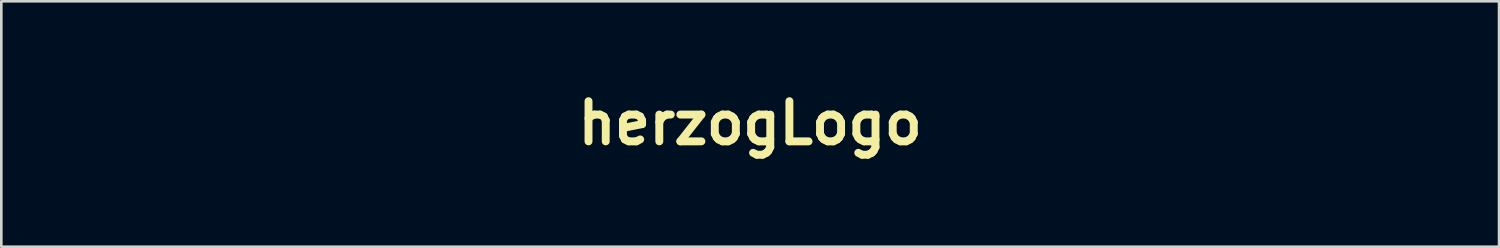
<source format=kicad_pcb>
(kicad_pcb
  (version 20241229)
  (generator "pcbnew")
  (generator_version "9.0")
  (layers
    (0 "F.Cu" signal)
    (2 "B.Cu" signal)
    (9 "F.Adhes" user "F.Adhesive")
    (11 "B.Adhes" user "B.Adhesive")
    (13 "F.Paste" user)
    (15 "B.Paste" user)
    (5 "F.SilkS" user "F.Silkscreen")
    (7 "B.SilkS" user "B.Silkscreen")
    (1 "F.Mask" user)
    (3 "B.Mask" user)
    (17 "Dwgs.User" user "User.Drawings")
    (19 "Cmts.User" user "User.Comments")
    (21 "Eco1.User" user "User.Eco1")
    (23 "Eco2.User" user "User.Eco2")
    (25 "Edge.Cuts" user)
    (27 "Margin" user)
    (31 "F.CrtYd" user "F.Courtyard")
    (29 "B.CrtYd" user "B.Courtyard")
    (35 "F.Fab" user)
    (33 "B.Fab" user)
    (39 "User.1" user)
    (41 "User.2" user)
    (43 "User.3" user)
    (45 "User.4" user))
  (footprint "herzogLogo"
    (layer "F.Cu")
    (at 25.405 1.622)
    (property "Reference" "herzogLogo" (at 0 0 0) (layer "F.SilkS") (effects (font (size 1.524 1.524) (thickness 0.3))))
    (attr through_hole)
    (fp_poly (pts (xy 22.267 1.524) (xy 21.505 1.524) (xy 21.505 -1.524) (xy 22.267 -1.524) (xy 22.267 1.524)) (stroke (width 0.01) (type solid)) (fill yes) (layer "F.Mask"))
    (fp_poly (pts (xy 0.931 0.847) (xy 1.863 0.847) (xy 1.863 1.524) (xy 0.169 1.524) (xy 0.169 -1.524) (xy 0.931 -1.524) (xy 0.931 0.847)) (stroke (width 0.01) (type solid)) (fill yes) (layer "F.Mask"))
    (fp_poly (pts (xy 9.906 -0.847) (xy 9.229 -0.847) (xy 9.229 1.524) (xy 8.467 1.524) (xy 8.467 -0.847) (xy 7.789 -0.847) (xy 7.789 -1.524) (xy 9.906 -1.524) (xy 9.906 -0.847)) (stroke (width 0.01) (type solid)) (fill yes) (layer "F.Mask"))
    (fp_poly (pts (xy -24.553 -0.339) (xy -23.453 -0.339) (xy -23.453 -1.524) (xy -22.691 -1.524) (xy -22.691 1.524) (xy -23.453 1.524) (xy -23.453 0.339) (xy -24.553 0.339) (xy -24.553 1.524) (xy -25.4 1.524) (xy -25.4 -1.524) (xy -24.553 -1.524) (xy -24.553 -0.339)) (stroke (width 0.01) (type solid)) (fill yes) (layer "F.Mask"))
    (fp_poly (pts (xy 19.088 -0.683) (xy 19.338 -0.357) (xy 19.557 -0.081) (xy 19.721 0.117) (xy 19.808 0.209) (xy 19.811 0.211) (xy 19.853 0.158) (xy 19.882 -0.059) (xy 19.895 -0.433) (xy 19.897 -0.63) (xy 19.897 -1.524) (xy 20.659 -1.524) (xy 20.659 1.524) (xy 19.822 1.524) (xy 19.161 0.661) (xy 18.5 -0.202) (xy 18.476 0.661) (xy 18.451 1.524) (xy 17.611 1.524) (xy 17.611 -1.524) (xy 18.451 -1.524) (xy 19.088 -0.683)) (stroke (width 0.01) (type solid)) (fill yes) (layer "F.Mask"))
    (fp_poly (pts (xy -20.235 -0.847) (xy -21.251 -0.847) (xy -21.251 -0.593) (xy -21.244 -0.447) (xy -21.192 -0.372) (xy -21.056 -0.343) (xy -20.793 -0.339) (xy -20.786 -0.339) (xy -20.32 -0.339) (xy -20.32 0.33) (xy -20.765 0.355) (xy -21.025 0.378) (xy -21.161 0.422) (xy -21.219 0.512) (xy -21.236 0.614) (xy -21.243 0.746) (xy -21.199 0.816) (xy -21.064 0.842) (xy -20.8 0.847) (xy -20.791 0.847) (xy -20.32 0.847) (xy -20.32 1.524) (xy -22.013 1.524) (xy -22.013 -1.524) (xy -20.235 -1.524) (xy -20.235 -0.847)) (stroke (width 0.01) (type solid)) (fill yes) (layer "F.Mask"))
    (fp_poly (pts (xy 4.149 -0.847) (xy 3.683 -0.847) (xy 3.417 -0.842) (xy 3.278 -0.814) (xy 3.226 -0.74) (xy 3.217 -0.597) (xy 3.217 -0.593) (xy 3.227 -0.442) (xy 3.283 -0.367) (xy 3.432 -0.342) (xy 3.641 -0.339) (xy 4.064 -0.339) (xy 4.064 0.339) (xy 3.641 0.339) (xy 3.39 0.344) (xy 3.265 0.378) (xy 3.222 0.467) (xy 3.217 0.593) (xy 3.225 0.738) (xy 3.276 0.813) (xy 3.413 0.842) (xy 3.676 0.847) (xy 4.149 0.847) (xy 4.149 1.524) (xy 2.455 1.524) (xy 2.455 -1.524) (xy 4.149 -1.524) (xy 4.149 -0.847)) (stroke (width 0.01) (type solid)) (fill yes) (layer "F.Mask"))
    (fp_poly (pts (xy -0.593 -0.847) (xy -1.058 -0.847) (xy -1.325 -0.842) (xy -1.463 -0.814) (xy -1.516 -0.74) (xy -1.524 -0.597) (xy -1.524 -0.593) (xy -1.516 -0.447) (xy -1.465 -0.372) (xy -1.329 -0.343) (xy -1.065 -0.339) (xy -1.058 -0.339) (xy -0.593 -0.339) (xy -0.593 0.339) (xy -1.058 0.339) (xy -1.325 0.343) (xy -1.463 0.371) (xy -1.516 0.445) (xy -1.524 0.589) (xy -1.524 0.593) (xy -1.516 0.738) (xy -1.465 0.813) (xy -1.329 0.842) (xy -1.065 0.847) (xy -0.593 0.847) (xy -0.593 1.524) (xy -2.286 1.524) (xy -2.286 -1.524) (xy -0.593 -1.524) (xy -0.593 -0.847)) (stroke (width 0.01) (type solid)) (fill yes) (layer "F.Mask"))
    (fp_poly (pts (xy -13.818 -1.333) (xy -13.97 -1.09) (xy -14.16 -0.778) (xy -14.369 -0.43) (xy -14.579 -0.074) (xy -14.772 0.257) (xy -14.931 0.533) (xy -15.036 0.723) (xy -15.071 0.795) (xy -14.993 0.821) (xy -14.789 0.839) (xy -14.502 0.847) (xy -14.478 0.847) (xy -13.885 0.847) (xy -13.885 1.524) (xy -15.164 1.524) (xy -15.666 1.521) (xy -16.019 1.513) (xy -16.245 1.495) (xy -16.366 1.467) (xy -16.403 1.427) (xy -16.399 1.409) (xy -16.342 1.298) (xy -16.214 1.072) (xy -16.033 0.758) (xy -15.814 0.386) (xy -15.718 0.224) (xy -15.08 -0.847) (xy -16.256 -0.847) (xy -16.256 -1.524) (xy -13.697 -1.524) (xy -13.818 -1.333)) (stroke (width 0.01) (type solid)) (fill yes) (layer "F.Mask"))
    (fp_poly (pts (xy 11.856 -1.505) (xy 12.226 -1.44) (xy 12.489 -1.319) (xy 12.674 -1.132) (xy 12.741 -1.019) (xy 12.865 -0.646) (xy 12.827 -0.31) (xy 12.622 0.008) (xy 12.573 0.059) (xy 12.412 0.249) (xy 12.332 0.402) (xy 12.334 0.453) (xy 12.411 0.565) (xy 12.561 0.769) (xy 12.75 1.021) (xy 12.762 1.037) (xy 13.133 1.524) (xy 12.129 1.524) (xy 11.78 0.995) (xy 11.432 0.466) (xy 11.431 0.995) (xy 11.43 1.524) (xy 10.583 1.524) (xy 10.583 -0.55) (xy 11.43 -0.55) (xy 11.44 -0.314) (xy 11.483 -0.203) (xy 11.585 -0.17) (xy 11.625 -0.169) (xy 11.824 -0.211) (xy 11.921 -0.271) (xy 12.012 -0.461) (xy 11.977 -0.67) (xy 11.841 -0.844) (xy 11.632 -0.929) (xy 11.593 -0.931) (xy 11.491 -0.904) (xy 11.443 -0.795) (xy 11.43 -0.561) (xy 11.43 -0.55) (xy 10.583 -0.55) (xy 10.583 -1.524) (xy 11.35 -1.524) (xy 11.856 -1.505)) (stroke (width 0.01) (type solid)) (fill yes) (layer "F.Mask"))
    (fp_poly (pts (xy 25.209 -1.555) (xy 25.317 -1.509) (xy 25.374 -1.413) (xy 25.397 -1.224) (xy 25.4 -1) (xy 25.4 -0.496) (xy 25.177 -0.671) (xy 24.884 -0.814) (xy 24.587 -0.815) (xy 24.312 -0.702) (xy 24.088 -0.5) (xy 23.942 -0.235) (xy 23.901 0.069) (xy 23.994 0.384) (xy 24.011 0.414) (xy 24.252 0.676) (xy 24.561 0.808) (xy 24.894 0.803) (xy 25.207 0.653) (xy 25.252 0.615) (xy 25.333 0.554) (xy 25.378 0.575) (xy 25.396 0.708) (xy 25.4 0.981) (xy 25.4 0.994) (xy 25.388 1.303) (xy 25.346 1.48) (xy 25.267 1.557) (xy 25.266 1.557) (xy 25.035 1.599) (xy 24.713 1.604) (xy 24.372 1.576) (xy 24.086 1.518) (xy 24.003 1.488) (xy 23.616 1.23) (xy 23.305 0.858) (xy 23.1 0.42) (xy 23.033 0) (xy 23.095 -0.369) (xy 23.255 -0.759) (xy 23.479 -1.089) (xy 23.548 -1.16) (xy 23.95 -1.424) (xy 24.431 -1.576) (xy 24.933 -1.602) (xy 25.209 -1.555)) (stroke (width 0.01) (type solid)) (fill yes) (layer "F.Mask"))
    (fp_poly (pts (xy -18.775 -1.524) (xy -18.257 -1.502) (xy -17.88 -1.431) (xy -17.619 -1.3) (xy -17.449 -1.096) (xy -17.363 -0.87) (xy -17.321 -0.461) (xy -17.428 -0.12) (xy -17.678 0.138) (xy -17.945 0.319) (xy -17.524 0.875) (xy -17.33 1.137) (xy -17.183 1.345) (xy -17.108 1.464) (xy -17.103 1.478) (xy -17.179 1.503) (xy -17.377 1.52) (xy -17.571 1.524) (xy -18.039 1.524) (xy -18.354 1.02) (xy -18.519 0.77) (xy -18.653 0.588) (xy -18.73 0.512) (xy -18.733 0.512) (xy -18.766 0.587) (xy -18.789 0.785) (xy -18.796 1.016) (xy -18.796 1.524) (xy -19.558 1.524) (xy -19.558 -0.303) (xy -18.789 -0.303) (xy -18.752 -0.2) (xy -18.637 -0.171) (xy -18.545 -0.169) (xy -18.327 -0.212) (xy -18.195 -0.367) (xy -18.183 -0.391) (xy -18.129 -0.563) (xy -18.184 -0.686) (xy -18.284 -0.776) (xy -18.507 -0.908) (xy -18.663 -0.885) (xy -18.755 -0.706) (xy -18.78 -0.528) (xy -18.789 -0.303) (xy -19.558 -0.303) (xy -19.558 -1.524) (xy -18.775 -1.524)) (stroke (width 0.01) (type solid)) (fill yes) (layer "F.Mask"))
    (fp_poly (pts (xy 6.985 -1.547) (xy 7.128 -1.409) (xy 7.188 -1.168) (xy 7.197 -0.958) (xy 7.193 -0.692) (xy 7.173 -0.568) (xy 7.125 -0.555) (xy 7.048 -0.615) (xy 6.752 -0.795) (xy 6.452 -0.833) (xy 6.172 -0.752) (xy 5.935 -0.579) (xy 5.764 -0.339) (xy 5.68 -0.055) (xy 5.707 0.246) (xy 5.868 0.541) (xy 5.931 0.61) (xy 6.122 0.775) (xy 6.296 0.835) (xy 6.53 0.822) (xy 6.793 0.756) (xy 7.005 0.652) (xy 7.034 0.629) (xy 7.126 0.555) (xy 7.175 0.565) (xy 7.193 0.688) (xy 7.197 0.951) (xy 7.197 0.958) (xy 7.185 1.249) (xy 7.14 1.418) (xy 7.049 1.512) (xy 7.033 1.521) (xy 6.799 1.585) (xy 6.472 1.603) (xy 6.123 1.577) (xy 5.82 1.511) (xy 5.715 1.468) (xy 5.28 1.154) (xy 4.987 0.752) (xy 4.842 0.271) (xy 4.826 0.03) (xy 4.903 -0.489) (xy 5.12 -0.931) (xy 5.459 -1.276) (xy 5.902 -1.505) (xy 6.345 -1.592) (xy 6.733 -1.601) (xy 6.985 -1.547)) (stroke (width 0.01) (type solid)) (fill yes) (layer "F.Mask"))
    (fp_poly (pts (xy 15.903 -1.514) (xy 16.299 -1.317) (xy 16.637 -1.003) (xy 16.859 -0.639) (xy 16.993 -0.16) (xy 16.977 0.307) (xy 16.829 0.741) (xy 16.568 1.115) (xy 16.211 1.406) (xy 15.777 1.589) (xy 15.285 1.64) (xy 15.155 1.629) (xy 14.814 1.572) (xy 14.566 1.478) (xy 14.335 1.317) (xy 14.264 1.256) (xy 13.948 0.917) (xy 13.768 0.553) (xy 13.701 0.107) (xy 13.7 0.059) (xy 14.478 0.059) (xy 14.521 0.231) (xy 14.626 0.452) (xy 14.644 0.484) (xy 14.884 0.733) (xy 15.19 0.853) (xy 15.521 0.842) (xy 15.831 0.697) (xy 16.003 0.53) (xy 16.153 0.217) (xy 16.16 -0.12) (xy 16.026 -0.429) (xy 15.938 -0.528) (xy 15.615 -0.755) (xy 15.292 -0.814) (xy 14.997 -0.725) (xy 14.75 -0.528) (xy 14.562 -0.253) (xy 14.479 0.031) (xy 14.478 0.059) (xy 13.7 0.059) (xy 13.699 -0.01) (xy 13.77 -0.496) (xy 13.966 -0.901) (xy 14.261 -1.219) (xy 14.628 -1.444) (xy 15.041 -1.572) (xy 15.475 -1.597) (xy 15.903 -1.514)) (stroke (width 0.01) (type solid)) (fill yes) (layer "F.Mask"))
    (fp_poly (pts (xy -6.953 -1.501) (xy -6.526 -1.228) (xy -6.456 -1.164) (xy -6.289 -0.983) (xy -6.191 -0.838) (xy -6.181 -0.801) (xy -6.252 -0.713) (xy -6.433 -0.608) (xy -6.527 -0.567) (xy -6.746 -0.488) (xy -6.876 -0.482) (xy -6.983 -0.557) (xy -7.056 -0.636) (xy -7.323 -0.85) (xy -7.593 -0.896) (xy -7.871 -0.773) (xy -7.958 -0.703) (xy -8.18 -0.41) (xy -8.283 -0.065) (xy -8.273 0.289) (xy -8.152 0.61) (xy -7.926 0.856) (xy -7.785 0.933) (xy -7.455 0.992) (xy -7.16 0.896) (xy -6.963 0.699) (xy -6.893 0.578) (xy -6.917 0.523) (xy -7.066 0.509) (xy -7.186 0.508) (xy -7.535 0.508) (xy -7.535 -0.169) (xy -6.011 -0.169) (xy -6.011 0.216) (xy -6.09 0.689) (xy -6.314 1.096) (xy -6.662 1.412) (xy -7.093 1.605) (xy -7.484 1.682) (xy -7.812 1.659) (xy -8.157 1.53) (xy -8.211 1.503) (xy -8.639 1.202) (xy -8.942 0.817) (xy -9.115 0.377) (xy -9.15 -0.088) (xy -9.042 -0.549) (xy -8.785 -0.978) (xy -8.737 -1.034) (xy -8.327 -1.382) (xy -7.877 -1.577) (xy -7.411 -1.617) (xy -6.953 -1.501)) (stroke (width 0.01) (type solid)) (fill yes) (layer "F.Mask"))
    (fp_poly (pts (xy -11.005 -1.541) (xy -10.576 -1.373) (xy -10.209 -1.099) (xy -9.935 -0.724) (xy -9.825 -0.442) (xy -9.749 -0.063) (xy -9.768 0.26) (xy -9.889 0.605) (xy -9.946 0.725) (xy -10.157 1.041) (xy -10.437 1.318) (xy -10.742 1.519) (xy -11.024 1.607) (xy -11.059 1.609) (xy -11.263 1.623) (xy -11.36 1.641) (xy -11.515 1.647) (xy -11.743 1.619) (xy -11.769 1.614) (xy -12.123 1.511) (xy -12.409 1.337) (xy -12.684 1.064) (xy -12.901 0.741) (xy -13.058 0.365) (xy -13.122 0.016) (xy -13.122 0.012) (xy -12.247 0.012) (xy -12.203 0.318) (xy -12.044 0.592) (xy -11.763 0.798) (xy -11.742 0.807) (xy -11.55 0.891) (xy -11.435 0.917) (xy -11.316 0.886) (xy -11.142 0.813) (xy -10.817 0.602) (xy -10.629 0.317) (xy -10.587 -0.01) (xy -10.698 -0.346) (xy -10.829 -0.526) (xy -11.031 -0.713) (xy -11.24 -0.79) (xy -11.417 -0.8) (xy -11.76 -0.732) (xy -12.018 -0.549) (xy -12.183 -0.289) (xy -12.247 0.012) (xy -13.122 0.012) (xy -13.122 0) (xy -13.069 -0.326) (xy -12.931 -0.688) (xy -12.742 -1) (xy -12.721 -1.025) (xy -12.354 -1.345) (xy -11.925 -1.534) (xy -11.465 -1.597) (xy -11.005 -1.541)) (stroke (width 0.01) (type solid)) (fill yes) (layer "F.Mask")))
  (gr_rect
    (start -3 -3)
    (end 53.81 6.309)
    (stroke (width 0.1) (type default))
    (fill no)
    (layer "Edge.Cuts")))
</source>
